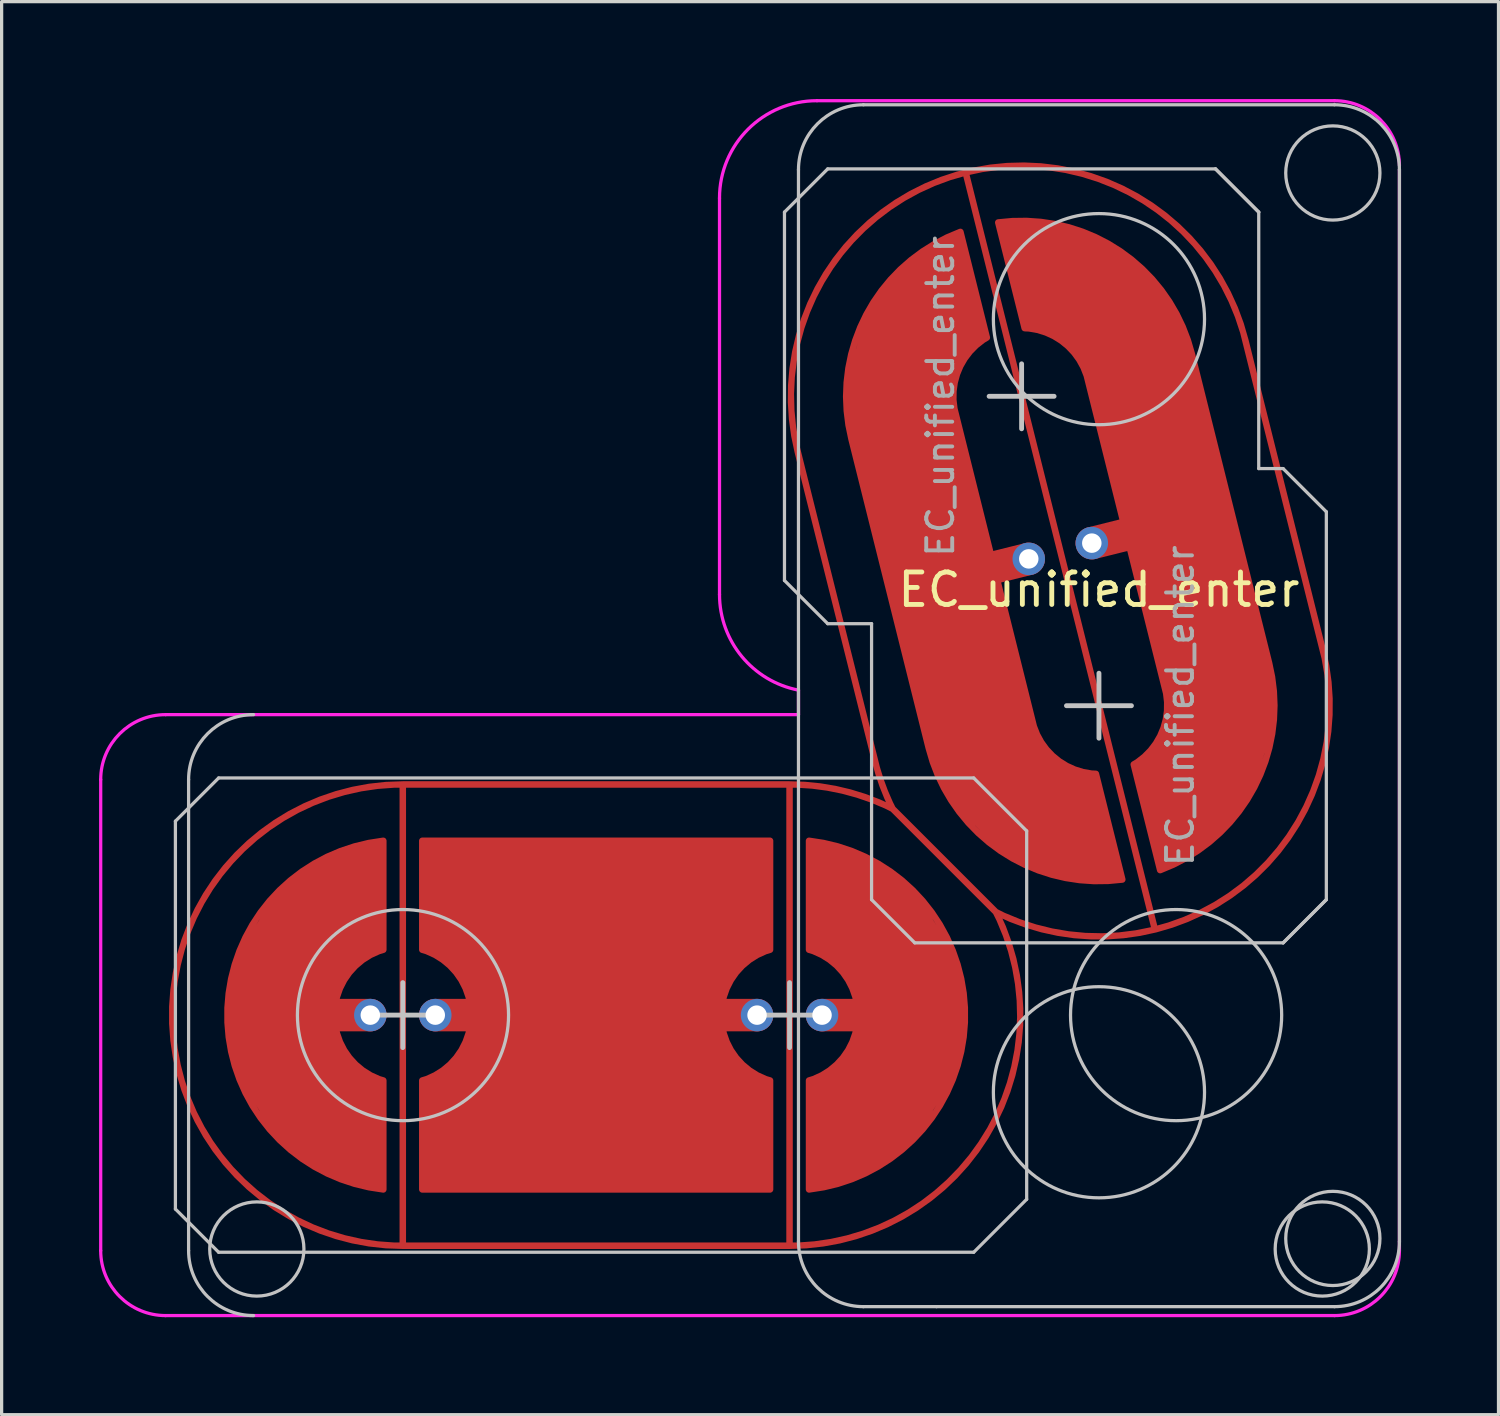
<source format=kicad_pcb>
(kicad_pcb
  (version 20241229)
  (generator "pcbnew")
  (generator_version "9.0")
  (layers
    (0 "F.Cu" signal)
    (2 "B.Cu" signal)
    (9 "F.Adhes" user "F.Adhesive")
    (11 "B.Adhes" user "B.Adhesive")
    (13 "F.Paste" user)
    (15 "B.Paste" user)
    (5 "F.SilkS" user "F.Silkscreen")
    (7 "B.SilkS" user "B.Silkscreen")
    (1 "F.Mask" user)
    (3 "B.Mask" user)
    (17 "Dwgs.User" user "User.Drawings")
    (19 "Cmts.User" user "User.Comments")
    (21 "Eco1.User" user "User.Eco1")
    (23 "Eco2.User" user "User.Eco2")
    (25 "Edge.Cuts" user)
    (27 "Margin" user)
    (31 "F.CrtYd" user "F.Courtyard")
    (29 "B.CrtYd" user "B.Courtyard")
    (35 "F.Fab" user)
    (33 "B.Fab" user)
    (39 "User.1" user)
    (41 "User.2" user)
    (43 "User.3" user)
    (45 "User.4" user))
  (footprint "EC_unified_enter"
    (layer "F.Cu")
    (at 30.781 18.675)
    (property "Reference" "EC_unified_enter" (at 0 -3.572 0) (layer "F.SilkS") (effects (font (size 1 1) (thickness 0.15))))
    (attr through_hole)
    (fp_line (start -28.431 15.495) (end -28.431 3.555) (stroke (width 0.1) (type solid)) (layer "Dwgs.User"))
    (fp_line (start -28.025 2.275) (end -28.025 16.775) (stroke (width 0.1) (type solid)) (layer "Dwgs.User"))
    (fp_line (start -27.101 2.225) (end -28.431 3.555) (stroke (width 0.1) (type solid)) (layer "Dwgs.User"))
    (fp_line (start -27.101 2.225) (end -3.855 2.225) (stroke (width 0.1) (type solid)) (layer "Dwgs.User"))
    (fp_line (start -27.101 16.825) (end -28.431 15.495) (stroke (width 0.1) (type solid)) (layer "Dwgs.User"))
    (fp_line (start -21.431 8.525) (end -21.431 10.525) (stroke (width 0.15) (type default)) (layer "Dwgs.User"))
    (fp_line (start -20.431 9.525) (end -22.431 9.525) (stroke (width 0.15) (type default)) (layer "Dwgs.User"))
    (fp_line (start -9.681 -15.195) (end -8.351 -16.525) (stroke (width 0.1) (type solid)) (layer "Dwgs.User"))
    (fp_line (start -9.681 -3.855) (end -9.681 -15.195) (stroke (width 0.1) (type solid)) (layer "Dwgs.User"))
    (fp_line (start -9.525 8.525) (end -9.525 10.525) (stroke (width 0.15) (type default)) (layer "Dwgs.User"))
    (fp_line (start -9.25 16.5) (end -9.25 -16.5) (stroke (width 0.1) (type solid)) (layer "Dwgs.User"))
    (fp_line (start -8.525 9.525) (end -10.525 9.525) (stroke (width 0.15) (type default)) (layer "Dwgs.User"))
    (fp_line (start -8.351 -16.525) (end 3.589 -16.525) (stroke (width 0.1) (type solid)) (layer "Dwgs.User"))
    (fp_line (start -8.351 -2.525) (end -9.681 -3.855) (stroke (width 0.1) (type solid)) (layer "Dwgs.User"))
    (fp_line (start -7.25 -18.5) (end 7.25 -18.5) (stroke (width 0.1) (type solid)) (layer "Dwgs.User"))
    (fp_line (start -7 -2.525) (end -8.351 -2.525) (stroke (width 0.1) (type solid)) (layer "Dwgs.User"))
    (fp_line (start -7 5.97) (end -7 -2.525) (stroke (width 0.1) (type solid)) (layer "Dwgs.User"))
    (fp_line (start -5.67 7.3) (end -7 5.97) (stroke (width 0.1) (type solid)) (layer "Dwgs.User"))
    (fp_line (start -5 18.5) (end -7.25 18.5) (stroke (width 0.1) (type solid)) (layer "Dwgs.User"))
    (fp_line (start -5 18.5) (end 7.25 18.5) (stroke (width 0.1) (type solid)) (layer "Dwgs.User"))
    (fp_line (start -3.855 2.225) (end -2.225 3.855) (stroke (width 0.1) (type solid)) (layer "Dwgs.User"))
    (fp_line (start -3.855 16.825) (end -27.101 16.825) (stroke (width 0.1) (type solid)) (layer "Dwgs.User"))
    (fp_line (start -3.381 -9.525) (end -1.381 -9.525) (stroke (width 0.15) (type default)) (layer "Dwgs.User"))
    (fp_line (start -2.381 -10.525) (end -2.381 -8.525) (stroke (width 0.15) (type default)) (layer "Dwgs.User"))
    (fp_line (start -2.225 3.855) (end -2.225 15.195) (stroke (width 0.1) (type solid)) (layer "Dwgs.User"))
    (fp_line (start -2.225 15.195) (end -3.855 16.825) (stroke (width 0.1) (type solid)) (layer "Dwgs.User"))
    (fp_line (start -1 0) (end 1 0) (stroke (width 0.15) (type default)) (layer "Dwgs.User"))
    (fp_line (start 0 -1) (end 0 1) (stroke (width 0.15) (type default)) (layer "Dwgs.User"))
    (fp_line (start 3.589 -16.525) (end 4.919 -15.195) (stroke (width 0.1) (type solid)) (layer "Dwgs.User"))
    (fp_line (start 4.919 -15.195) (end 3.589 -16.525) (stroke (width 0.1) (type solid)) (layer "Dwgs.User"))
    (fp_line (start 4.919 -15.195) (end 4.919 -7.3) (stroke (width 0.1) (type solid)) (layer "Dwgs.User"))
    (fp_line (start 4.919 -7.3) (end 5.67 -7.3) (stroke (width 0.1) (type solid)) (layer "Dwgs.User"))
    (fp_line (start 5.67 -7.3) (end 7 -5.97) (stroke (width 0.1) (type solid)) (layer "Dwgs.User"))
    (fp_line (start 5.67 7.3) (end -5.67 7.3) (stroke (width 0.1) (type solid)) (layer "Dwgs.User"))
    (fp_line (start 5.67 7.3) (end 7 5.97) (stroke (width 0.1) (type solid)) (layer "Dwgs.User"))
    (fp_line (start 7 -5.97) (end 7 5.97) (stroke (width 0.1) (type solid)) (layer "Dwgs.User"))
    (fp_line (start 7 5.97) (end 5.67 7.3) (stroke (width 0.1) (type solid)) (layer "Dwgs.User"))
    (fp_line (start 9.25 16.5) (end 9.25 -16.5) (stroke (width 0.1) (type solid)) (layer "Dwgs.User"))
    (fp_arc (start -28.025 2.275) (mid -27.439214 0.860786) (end -26.025 0.275) (stroke (width 0.1) (type solid)) (layer "Dwgs.User"))
    (fp_arc (start -26.025 18.775) (mid -27.439214 18.189214) (end -28.025 16.775) (stroke (width 0.1) (type solid)) (layer "Dwgs.User"))
    (fp_arc (start -9.25 -16.5) (mid -8.664214 -17.914214) (end -7.25 -18.5) (stroke (width 0.1) (type solid)) (layer "Dwgs.User"))
    (fp_arc (start -7.25 18.5) (mid -8.664214 17.914214) (end -9.25 16.5) (stroke (width 0.1) (type solid)) (layer "Dwgs.User"))
    (fp_arc (start 7.25 -18.5) (mid 8.664214 -17.914214) (end 9.25 -16.5) (stroke (width 0.1) (type solid)) (layer "Dwgs.User"))
    (fp_arc (start 9.25 16.5) (mid 8.664214 17.914214) (end 7.25 18.5) (stroke (width 0.1) (type solid)) (layer "Dwgs.User"))
    (fp_circle (center -25.925 16.725) (end -24.475 16.725) (stroke (width 0.1) (type solid)) (fill no) (layer "Dwgs.User"))
    (fp_circle (center -21.425 9.525) (end -18.175 9.525) (stroke (width 0.1) (type solid)) (fill no) (layer "Dwgs.User"))
    (fp_circle (center 0 -11.9) (end 0 -15.15) (stroke (width 0.1) (type solid)) (fill no) (layer "Dwgs.User"))
    (fp_circle (center 0 11.9) (end 0 8.65) (stroke (width 0.1) (type solid)) (fill no) (layer "Dwgs.User"))
    (fp_circle (center 2.375 9.525) (end 5.625 9.525) (stroke (width 0.1) (type solid)) (fill no) (layer "Dwgs.User"))
    (fp_circle (center 6.875 16.725) (end 8.325 16.725) (stroke (width 0.1) (type solid)) (fill no) (layer "Dwgs.User"))
    (fp_circle (center 7.2 -16.4) (end 7.2 -17.85) (stroke (width 0.1) (type solid)) (fill no) (layer "Dwgs.User"))
    (fp_circle (center 7.2 16.4) (end 7.2 14.95) (stroke (width 0.1) (type solid)) (fill no) (layer "Dwgs.User"))
    (fp_line (start -30.731 16.775) (end -30.731 2.275) (stroke (width 0.1) (type solid)) (layer "F.CrtYd"))
    (fp_line (start -28.731 0.275) (end -9.25 0.275) (stroke (width 0.1) (type solid)) (layer "F.CrtYd"))
    (fp_line (start -28.731 18.775) (end 7.25 18.775) (stroke (width 0.1) (type solid)) (layer "F.CrtYd"))
    (fp_line (start -11.681 -3.425) (end -11.681 -15.625) (stroke (width 0.1) (type solid)) (layer "F.CrtYd"))
    (fp_line (start -9.25 0.275) (end -9.25 -0.479) (stroke (width 0.1) (type solid)) (layer "F.CrtYd"))
    (fp_line (start -8.681 -18.625) (end 7.25 -18.625) (stroke (width 0.1) (type solid)) (layer "F.CrtYd"))
    (fp_line (start 9.25 16.775) (end 9.25 -16.5) (stroke (width 0.1) (type solid)) (layer "F.CrtYd"))
    (fp_arc (start -30.73125 2.275) (mid -30.145464 0.860786) (end -28.73125 0.275) (stroke (width 0.1) (type solid)) (layer "F.CrtYd"))
    (fp_arc (start -28.73125 18.775) (mid -30.145464 18.189214) (end -30.73125 16.775) (stroke (width 0.1) (type solid)) (layer "F.CrtYd"))
    (fp_arc (start -11.68125 -15.625) (mid -10.80257 -17.74632) (end -8.68125 -18.625) (stroke (width 0.1) (type solid)) (layer "F.CrtYd"))
    (fp_arc (start -9.25 -0.479456) (mid -10.994917 -1.515352) (end -11.68125 -3.425001) (stroke (width 0.1) (type solid)) (layer "F.CrtYd"))
    (fp_arc (start 7.25 -18.625) (mid 8.664214 -18.039214) (end 9.25 -16.625) (stroke (width 0.1) (type solid)) (layer "F.CrtYd"))
    (fp_arc (start 9.25 16.775) (mid 8.664214 18.189214) (end 7.25 18.775) (stroke (width 0.1) (type solid)) (layer "F.CrtYd"))
    (fp_text user "${REFERENCE}" (at -4.881 -9.525 90) (layer "F.Fab") (effects (font (size 0.8 0.8) (thickness 0.12))))
    (fp_text user "${REFERENCE}" (at 2.5 0 270) (layer "F.Fab") (effects (font (size 0.8 0.8) (thickness 0.12))))
    (pad "" smd circle (at -22.431 9.525) (size 0.55 0.55) (layers "F.Mask"))
    (pad "" smd circle (at -20.431 9.525) (size 0.55 0.55) (layers "F.Mask"))
    (pad "" smd circle (at -10.525 9.525) (size 0.55 0.55) (layers "F.Mask"))
    (pad "" smd circle (at -8.525 9.525) (size 0.55 0.55) (layers "F.Mask"))
    (pad "" smd circle (at -2.161 -4.52 14.036) (size 0.55 0.55) (layers "F.Mask"))
    (pad "" smd circle (at -0.22 -5.005 14.036) (size 0.55 0.55) (layers "F.Mask"))
    (pad "1" smd custom (at -9.525 9.525 90) (size 0.2 0.2) (layers "F.Cu") (options (anchor circle)) (primitives (gr_line (start 7.1 0) (end -7.1 0) (width 0.2)) (gr_arc (start 3.173917 6.351083) (mid -3.733309 6.039239) (end -7.1 0) (width 0.2)) (gr_line (start 6.351 3.174) (end 3.174 6.351) (width 0.2)) (gr_arc (start 7.1 0) (mid 6.910235 1.630539) (end 6.351082 3.173918) (width 0.2)) (gr_line (start 7.1 0) (end 7.1 -11.906) (width 0.2)) (gr_line (start 7.1 -11.906) (end -7.1 -11.906) (width 0.2)) (gr_arc (start -7.1 -11.90625) (mid 0 -19.00625) (end 7.1 -11.90625) (width 0.2)) (gr_line (start -7.1 0) (end -7.1 -11.906) (width 0.2)) (gr_arc (start 6.351082 3.173918) (mid 7.062365 2.865764) (end 7.803002 2.636987) (width 0.2)) (gr_line (start 17.328 0.256) (end 7.803 2.637) (width 0.2)) (gr_arc (start 17.328002 0.255737) (mid 25.938013 5.421752) (end 20.771998 14.031763) (width 0.2)) (gr_line (start 20.772 14.032) (end 11.247 16.413) (width 0.2)) (gr_arc (start 11.246998 16.413013) (mid 3.987156 13.968229) (end 3.173917 6.351082) (width 0.2)) (gr_line (start 25.938 5.422) (end 2.637 11.247) (width 0.2))))
    (pad "2" smd custom (at -25.531 9.525) (size 0.2 0.2) (layers "F.Cu") (options (anchor circle)) (primitives (gr_poly (pts (xy 3.1 5.3) (xy 2.1 5) (xy 1.1 4.5) (xy 0.1 3.6) (xy -0.9 2) (xy -1.2 1) (xy -1.3 0) (xy -1.2 -1) (xy -0.9 -2) (xy 0.1 -3.6) (xy 1.1 -4.5) (xy 2.1 -5) (xy 3.1 -5.3) (xy 3.5 -5.367) (xy 3.5 -2.012) (xy 3.1 -1.8) (xy 2.2 -1) (xy 2 0) (xy 2.2 1) (xy 3.1 1.8) (xy 3.5 2.012) (xy 3.5 5.367)) (width 0) (fill yes)) (gr_line (start 3.1 0) (end 0.6 0) (width 1)) (gr_line (start 3.5 2.012) (end 3.5 5.367) (width 0.2)) (gr_line (start 3.5 -2.012) (end 3.5 -5.367) (width 0.2)) (gr_arc (start 3.5 5.366562) (mid -1.299999 0.001944) (end 3.496136 -5.366129) (width 0.2)) (gr_arc (start 3.5 2.01246) (mid 2.000002 0.001775) (end 3.496598 -2.011443) (width 0.2))))
    (pad "2" thru_hole circle (at -22.431 9.525) (size 1 1) (drill 0.6) (layers "*.Cu" "B.Mask"))
    (pad "3" thru_hole circle (at -20.431 9.525) (size 1 1) (drill 0.6) (layers "*.Cu" "B.Mask"))
    (pad "3" smd circle (at -15.325 9.525) (size 0.2 0.2) (layers "F.Cu"))
    (pad "3" smd custom (at -13.625 9.525) (size 0.2 0.2) (layers "F.Cu") (options (anchor circle)) (primitives (gr_poly (pts (xy -7.206 5.367) (xy -7.206 2.012) (xy -6.806 1.8) (xy -6.3 1.467) (xy -5.906 1) (xy -5.706 -0.002) (xy -5.906 -1) (xy -6.3 -1.433) (xy -6.806 -1.8) (xy -7.206 -2.012) (xy -7.206 -5.367) (xy 3.5 -5.367) (xy 3.5 -2.012) (xy 3.1 -1.8) (xy 2.2 -1) (xy 2 0) (xy 2.2 1) (xy 3.1 1.8) (xy 3.5 2.012) (xy 3.5 5.367)) (width 0) (fill yes)) (gr_line (start 3.1 0) (end 0.6 0) (width 1)) (gr_line (start 3.5 2.012) (end 3.5 5.367) (width 0.2)) (gr_line (start 3.5 -2.012) (end 3.5 -5.367) (width 0.2)) (gr_arc (start 3.5 2.01246) (mid 2.000002 0.001775) (end 3.496598 -2.011443) (width 0.2)) (gr_line (start -7.206 5.367) (end 3.5 5.367) (width 0.2)) (gr_poly (pts (xy -6.806 -5.3) (xy -5.806 -5) (xy -4.806 -4.5) (xy -3.806 -3.6) (xy -2.806 -2) (xy -2.506 -1) (xy -2.406 0) (xy -2.506 1) (xy -2.806 2) (xy -3.806 3.6) (xy -4.806 4.5) (xy -5.806 5) (xy -7.206 5.367) (xy -7.206 2.012) (xy -6.806 1.8) (xy -5.906 1) (xy -5.706 0) (xy -5.906 -1) (xy -6.806 -1.8) (xy -7.206 -2.012) (xy -7.206 -5.367)) (width 0) (fill yes)) (gr_line (start 3.5 2.012) (end 3.5 5.367) (width 0.2)) (gr_line (start -7.202 2.012) (end -7.202 5.366) (width 0.2)) (gr_line (start -7.206 -2.012) (end -7.206 -5.367) (width 0.2)) (gr_line (start -7.206 2.012) (end -7.206 5.367) (width 0.2)) (gr_line (start -4.306 0) (end -6.806 0) (width 1)) (gr_arc (start -7.20625 -2.01246) (mid -5.706252 -0.001775) (end -7.202848 2.011443) (width 0.2)) (gr_line (start -7.206 -2.012) (end -7.206 -5.367) (width 0.2)) (gr_line (start -7.206 -5.367) (end 3.5 -5.367) (width 0.2)) (gr_line (start 3.5 -2.012) (end 3.5 -5.367) (width 0.2))))
    (pad "3" thru_hole circle (at -10.525 9.525) (size 1 1) (drill 0.6) (layers "*.Cu" "B.Mask"))
    (pad "4" thru_hole circle (at -8.525 9.525) (size 1 1) (drill 0.6) (layers "*.Cu" "B.Mask"))
    (pad "4" smd custom (at -5.425 9.525) (size 0.2 0.2) (layers "F.Cu") (options (anchor circle)) (primitives (gr_poly (pts (xy -3.1 -5.3) (xy -2.1 -5) (xy -1.1 -4.5) (xy -0.1 -3.6) (xy 0.9 -2) (xy 1.2 -1) (xy 1.3 0) (xy 1.2 1) (xy 0.9 2) (xy -0.1 3.6) (xy -1.1 4.5) (xy -2.1 5) (xy -3.5 5.367) (xy -3.5 2.012) (xy -3.1 1.8) (xy -2.2 1) (xy -2 0) (xy -2.2 -1) (xy -3.1 -1.8) (xy -3.5 -2.012) (xy -3.5 -5.367)) (width 0) (fill yes)) (gr_line (start -3.5 -2.012) (end -3.5 -5.367) (width 0.2)) (gr_arc (start -3.5 -2.01246) (mid -2.000002 -0.001775) (end -3.496598 2.011443) (width 0.2)) (gr_arc (start -3.5 -5.366562) (mid 1.299999 -0.001944) (end -3.496136 5.366129) (width 0.2)) (gr_line (start -3.5 2.012) (end -3.5 5.367) (width 0.2)) (gr_line (start -0.6 0) (end -3.1 0) (width 1))))
    (pad "5" smd custom (at -6.359 -8.531 14.036) (size 0.2 0.2) (layers "F.Cu") (options (anchor circle)) (primitives (gr_poly (pts (xy -1.3 0) (xy -1.2 -1) (xy -0.9 -2) (xy 0.1 -3.6) (xy 1.1 -4.5) (xy 2.1 -5) (xy 3.1 -5.3) (xy 3.5 -5.367) (xy 3.5 -2.012) (xy 3.1 -1.8) (xy 2.2 -1) (xy 2 0)) (width 0) (fill yes)) (gr_line (start 3.5 -2.012) (end 3.5 -5.367) (width 0.2)) (gr_arc (start -1.299999 0) (mid 0.073783 -3.598551) (end 3.496138 -5.366129) (width 0.2)) (gr_arc (start 2.000001 0) (mid 2.415194 -1.253565) (end 3.496597 -2.011442) (width 0.2)) (gr_poly (pts (xy 2 0) (xy -1.3 0) (xy -1.3 9.818) (xy 2 9.818)) (width 0.2) (fill yes)) (gr_poly (pts (xy 3.1 15.118) (xy 2.1 14.818) (xy 1.1 14.318) (xy 0.1 13.418) (xy -0.9 11.818) (xy -1.2 10.818) (xy -1.3 9.818) (xy 2 9.818) (xy 2.2 10.818) (xy 3.1 11.618) (xy 3.5 11.831) (xy 3.5 15.185)) (width 0) (fill yes)) (gr_line (start 3.5 11.831) (end 3.5 15.185) (width 0.2)) (gr_arc (start 3.500005 15.184707) (mid 0.075085 13.418144) (end -1.299992 9.818145) (width 0.2)) (gr_arc (start 3.500006 11.830605) (mid 2.416265 11.073133) (end 2.000015 9.818145) (width 0.2)) (gr_line (start 3.1 4.909) (end 0.6 4.909) (width 1))))
    (pad "5" thru_hole circle (at -2.161 -4.52 14.036) (size 1 1) (drill 0.6) (layers "*.Cu" "B.Mask"))
    (pad "6" thru_hole circle (at -0.22 -5.005 14.036) (size 1 1) (drill 0.6) (layers "*.Cu" "B.Mask"))
    (pad "6" smd custom (at 3.978 -0.994 14.036) (size 0.2 0.2) (layers "F.Cu") (options (anchor circle)) (primitives (gr_poly (pts (xy 1.3 0) (xy 1.2 1) (xy 0.9 2) (xy -0.1 3.6) (xy -1.1 4.5) (xy -2.1 5) (xy -3.5 5.367) (xy -3.5 2.012) (xy -3.1 1.8) (xy -2.2 1) (xy -2 0)) (width 0) (fill yes)) (gr_line (start -3.5 2.012) (end -3.5 5.367) (width 0.2)) (gr_arc (start 1.299999 0) (mid -0.073783 3.59855) (end -3.496137 5.366129) (width 0.2)) (gr_arc (start -2.000001 0) (mid -2.415195 1.253566) (end -3.496599 2.011443) (width 0.2)) (gr_poly (pts (xy 1.3 0) (xy 1.3 -9.818) (xy -2 -9.818) (xy -2 0)) (width 0.2) (fill yes)) (gr_poly (pts (xy -3.1 -15.118) (xy -2.1 -14.818) (xy -1.1 -14.318) (xy -0.1 -13.418) (xy 0.473 -12.669) (xy 0.9 -11.818) (xy 1.2 -10.818) (xy 1.3 -9.818) (xy -2 -9.818) (xy -2.2 -10.818) (xy -3.1 -11.618) (xy -3.5 -11.831) (xy -3.5 -15.185)) (width 0) (fill yes)) (gr_line (start -3.5 -11.831) (end -3.5 -15.185) (width 0.2)) (gr_arc (start -3.500007 -11.830605) (mid -2.416263 -11.073134) (end -2.000008 -9.818145) (width 0.2)) (gr_arc (start -3.500007 -15.184709) (mid -0.075083 -13.418146) (end 1.299995 -9.818145) (width 0.2)) (gr_line (start -0.6 -4.909) (end -3.1 -4.909) (width 1))))
    (zone (net_name "") (layer "F.Cu") (hatch edge 0.508) (connect_pads) (min_thickness 0.254) (filled_areas_thickness no) (keepout (tracks allowed) (vias allowed) (pads allowed) (copperpour not_allowed) (footprints allowed)) (placement (enabled no)) (fill) (polygon (pts (xy 21.256 21.1) (xy 22.256 21.2) (xy 23.156 21.4) (xy 24.431 21.875) (xy 27.581 25.025) (xy 28.056 26.2) (xy 28.256 27.2) (xy 28.356 28.2) (xy 28.256 29.2) (xy 28.056 30.2) (xy 27.656 31.2) (xy 27.156 32.2) (xy 26.256 33.2) (xy 25.256 34.1) (xy 24.256 34.6) (xy 23.256 35) (xy 22.256 35.2) (xy 21.256 35.3) (xy 9.35 35.3) (xy 8.35 35.2) (xy 7.35 35) (xy 6.35 34.6) (xy 5.55 34.2) (xy 4.25 33.2) (xy 3.45 32.2) (xy 2.85 31.2) (xy 2.55 30.2) (xy 2.35 29.2) (xy 2.25 28.2) (xy 2.35 27.2) (xy 2.55 26.2) (xy 2.95 25.2) (xy 3.45 24.2) (xy 4.35 23.2) (xy 5.35 22.3) (xy 6.35 21.8) (xy 7.35 21.4) (xy 8.35 21.2) (xy 9.35 21.1))))
    (zone (net_name "") (layer "F.Cu") (hatch edge 0.508) (connect_pads) (min_thickness 0.254) (filled_areas_thickness no) (keepout (tracks allowed) (vias allowed) (pads allowed) (copperpour not_allowed) (footprints allowed)) (placement (enabled no)) (fill) (polygon (pts (xy 21.512 10.872) (xy 21.366 9.878) (xy 21.342 8.956) (xy 21.463 7.792) (xy 21.706 6.7) (xy 22.24 5.536) (xy 23.088 4.396) (xy 23.937 3.669) (xy 24.81 3.038) (xy 25.732 2.602) (xy 26.678 2.262) (xy 27.672 2.116) (xy 28.691 2.068) (xy 29.758 2.213) (xy 30.85 2.456) (xy 32.038 3.087) (xy 33.154 3.838) (xy 33.881 4.687) (xy 34.512 5.56) (xy 34.948 6.482) (xy 35.288 7.428) (xy 37.669 16.953) (xy 37.815 17.947) (xy 37.863 18.966) (xy 37.718 20.033) (xy 37.524 20.906) (xy 36.869 22.41) (xy 36.093 23.429) (xy 35.268 24.253) (xy 34.371 24.787) (xy 33.449 25.223) (xy 32.503 25.563) (xy 31.509 25.709) (xy 30.49 25.757) (xy 29.423 25.612) (xy 28.332 25.369) (xy 27.581 24.975) (xy 24.481 21.875) (xy 24.233 21.343) (xy 23.893 20.397)))))
  (gr_rect
    (start -3 -3)
    (end 43.081 40.5)
    (stroke (width 0.1) (type default))
    (fill no)
    (layer "Edge.Cuts")))
</source>
